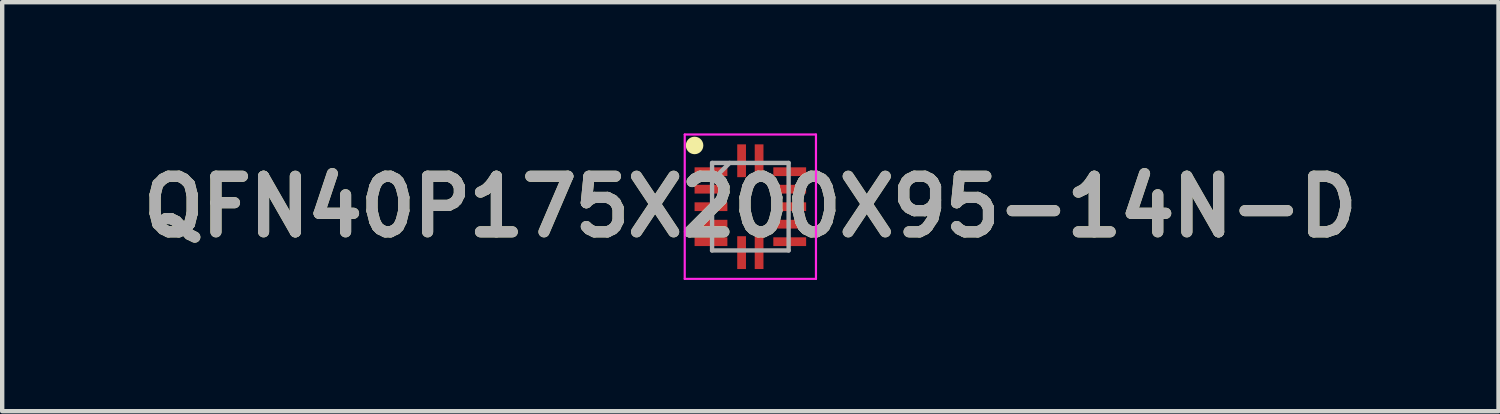
<source format=kicad_pcb>
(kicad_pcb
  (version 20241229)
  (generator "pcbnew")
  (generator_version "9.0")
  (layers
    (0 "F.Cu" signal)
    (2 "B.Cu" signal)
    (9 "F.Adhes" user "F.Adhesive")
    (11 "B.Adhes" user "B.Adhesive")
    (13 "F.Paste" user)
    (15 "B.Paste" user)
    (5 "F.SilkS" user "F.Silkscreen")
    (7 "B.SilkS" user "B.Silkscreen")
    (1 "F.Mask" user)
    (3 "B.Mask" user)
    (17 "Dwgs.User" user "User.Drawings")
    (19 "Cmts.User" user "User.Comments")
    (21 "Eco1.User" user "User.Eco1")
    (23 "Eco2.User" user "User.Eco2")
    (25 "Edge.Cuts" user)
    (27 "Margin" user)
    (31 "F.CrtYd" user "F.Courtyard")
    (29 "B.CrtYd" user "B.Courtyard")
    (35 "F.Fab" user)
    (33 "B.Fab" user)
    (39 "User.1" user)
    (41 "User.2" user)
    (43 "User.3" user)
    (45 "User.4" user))
  (footprint "QFN40P175X200X95-14N-D"
    (layer "F.Cu")
    (at 14.103 1.675)
    (property "Reference" "QFN40P175X200X95-14N-D" (at 0 0 0) (layer "F.SilkS") (effects (font (size 1.27 1.27) (thickness 0.254))))
    (attr smd)
    (fp_circle (center -1.275 -1.4) (end -1.275 -1.3) (stroke (width 0.2) (type solid)) (fill no) (layer "F.SilkS"))
    (fp_line (start -1.5 -1.65) (end 1.5 -1.65) (stroke (width 0.05) (type solid)) (layer "F.CrtYd"))
    (fp_line (start -1.5 1.65) (end -1.5 -1.65) (stroke (width 0.05) (type solid)) (layer "F.CrtYd"))
    (fp_line (start 1.5 -1.65) (end 1.5 1.65) (stroke (width 0.05) (type solid)) (layer "F.CrtYd"))
    (fp_line (start 1.5 1.65) (end -1.5 1.65) (stroke (width 0.05) (type solid)) (layer "F.CrtYd"))
    (fp_line (start -0.875 -1) (end 0.875 -1) (stroke (width 0.1) (type solid)) (layer "F.Fab"))
    (fp_line (start -0.875 -0.6) (end -0.475 -1) (stroke (width 0.1) (type solid)) (layer "F.Fab"))
    (fp_line (start -0.875 1) (end -0.875 -1) (stroke (width 0.1) (type solid)) (layer "F.Fab"))
    (fp_line (start 0.875 -1) (end 0.875 1) (stroke (width 0.1) (type solid)) (layer "F.Fab"))
    (fp_line (start 0.875 1) (end -0.875 1) (stroke (width 0.1) (type solid)) (layer "F.Fab"))
    (fp_text user "${REFERENCE}" (at 0 0 0) (layer "F.Fab") (effects (font (size 1.27 1.27) (thickness 0.254))))
    (pad "1" smd rect (at -0.9 -0.8 90) (size 0.2 0.75) (layers "F.Cu" "F.Mask" "F.Paste"))
    (pad "2" smd rect (at -0.9 -0.4 90) (size 0.2 0.75) (layers "F.Cu" "F.Mask" "F.Paste"))
    (pad "3" smd rect (at -0.9 0 90) (size 0.2 0.75) (layers "F.Cu" "F.Mask" "F.Paste"))
    (pad "4" smd rect (at -0.9 0.4 90) (size 0.2 0.75) (layers "F.Cu" "F.Mask" "F.Paste"))
    (pad "5" smd rect (at -0.9 0.8 90) (size 0.2 0.75) (layers "F.Cu" "F.Mask" "F.Paste"))
    (pad "6" smd rect (at -0.2 1.05) (size 0.2 0.75) (layers "F.Cu" "F.Mask" "F.Paste"))
    (pad "7" smd rect (at 0.2 1.05) (size 0.2 0.75) (layers "F.Cu" "F.Mask" "F.Paste"))
    (pad "8" smd rect (at 0.9 0.8 90) (size 0.2 0.75) (layers "F.Cu" "F.Mask" "F.Paste"))
    (pad "9" smd rect (at 0.9 0.4 90) (size 0.2 0.75) (layers "F.Cu" "F.Mask" "F.Paste"))
    (pad "10" smd rect (at 0.9 0 90) (size 0.2 0.75) (layers "F.Cu" "F.Mask" "F.Paste"))
    (pad "11" smd rect (at 0.9 -0.4 90) (size 0.2 0.75) (layers "F.Cu" "F.Mask" "F.Paste"))
    (pad "12" smd rect (at 0.9 -0.8 90) (size 0.2 0.75) (layers "F.Cu" "F.Mask" "F.Paste"))
    (pad "13" smd rect (at 0.2 -1.05) (size 0.2 0.75) (layers "F.Cu" "F.Mask" "F.Paste"))
    (pad "14" smd rect (at -0.2 -1.05) (size 0.2 0.75) (layers "F.Cu" "F.Mask" "F.Paste")))
  (gr_rect
    (start -3 -3)
    (end 31.206 6.35)
    (stroke (width 0.1) (type default))
    (fill no)
    (layer "Edge.Cuts")))
</source>
